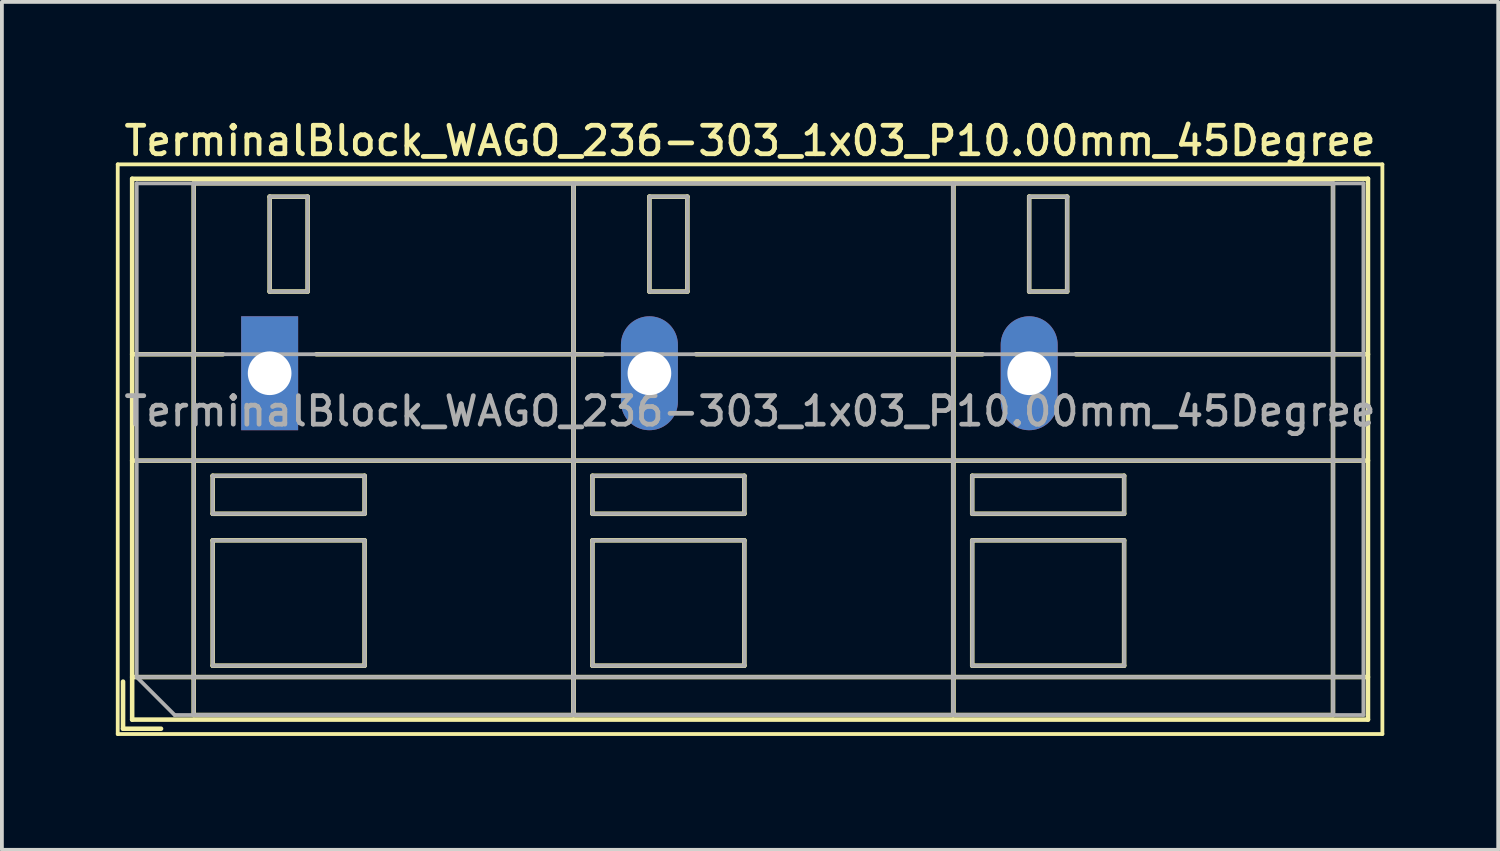
<source format=kicad_pcb>
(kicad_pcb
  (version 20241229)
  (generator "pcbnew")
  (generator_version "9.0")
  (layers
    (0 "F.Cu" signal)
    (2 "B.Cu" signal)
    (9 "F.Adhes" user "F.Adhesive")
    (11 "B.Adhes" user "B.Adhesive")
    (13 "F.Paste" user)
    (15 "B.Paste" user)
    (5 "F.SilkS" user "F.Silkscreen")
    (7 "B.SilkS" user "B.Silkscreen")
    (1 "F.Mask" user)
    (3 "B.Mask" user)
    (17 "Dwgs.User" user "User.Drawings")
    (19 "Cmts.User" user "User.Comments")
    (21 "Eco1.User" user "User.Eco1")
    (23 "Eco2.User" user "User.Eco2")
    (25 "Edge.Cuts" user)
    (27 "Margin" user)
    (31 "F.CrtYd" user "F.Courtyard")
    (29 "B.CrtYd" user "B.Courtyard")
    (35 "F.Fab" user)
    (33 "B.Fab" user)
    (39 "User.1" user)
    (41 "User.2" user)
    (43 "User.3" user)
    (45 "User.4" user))
  (footprint "TerminalBlock_WAGO_236-303_1x03_P10.00mm_45Degree"
    (layer "F.Cu")
    (at 4.05 6.778)
    (property "Reference" "TerminalBlock_WAGO_236-303_1x03_P10.00mm_45Degree" (at 12.65 -6.12 0) (layer "F.SilkS") (effects (font (size 0.75 0.75) (thickness 0.125))))
    (attr through_hole)
    (fp_line (start -4 -5.5) (end -4 9.5) (stroke (width 0.1) (type solid)) (layer "F.SilkS"))
    (fp_line (start -4 9.5) (end 29.3 9.5) (stroke (width 0.1) (type solid)) (layer "F.SilkS"))
    (fp_line (start -3.86 8.12) (end -3.86 9.36) (stroke (width 0.12) (type solid)) (layer "F.SilkS"))
    (fp_line (start -3.86 9.36) (end -2.86 9.36) (stroke (width 0.12) (type solid)) (layer "F.SilkS"))
    (fp_line (start -3.62 -5.12) (end -3.62 9.12) (stroke (width 0.12) (type solid)) (layer "F.SilkS"))
    (fp_line (start -3.62 -5.12) (end 28.92 -5.12) (stroke (width 0.12) (type solid)) (layer "F.SilkS"))
    (fp_line (start -3.62 -0.5) (end -1.23 -0.5) (stroke (width 0.12) (type solid)) (layer "F.SilkS"))
    (fp_line (start -3.62 2.3) (end 28.92 2.3) (stroke (width 0.12) (type solid)) (layer "F.SilkS"))
    (fp_line (start -3.62 8) (end 28.92 8) (stroke (width 0.12) (type solid)) (layer "F.SilkS"))
    (fp_line (start -3.62 9.12) (end 28.92 9.12) (stroke (width 0.12) (type solid)) (layer "F.SilkS"))
    (fp_line (start -2 -5) (end -2 9) (stroke (width 0.12) (type solid)) (layer "F.SilkS"))
    (fp_line (start -2 -5) (end 8 -5) (stroke (width 0.12) (type solid)) (layer "F.SilkS"))
    (fp_line (start -2 9) (end 8 9) (stroke (width 0.12) (type solid)) (layer "F.SilkS"))
    (fp_line (start -1.5 2.7) (end -1.5 3.7) (stroke (width 0.12) (type solid)) (layer "F.SilkS"))
    (fp_line (start -1.5 2.7) (end 2.5 2.7) (stroke (width 0.12) (type solid)) (layer "F.SilkS"))
    (fp_line (start -1.5 3.7) (end 2.5 3.7) (stroke (width 0.12) (type solid)) (layer "F.SilkS"))
    (fp_line (start -1.5 4.4) (end -1.5 7.7) (stroke (width 0.12) (type solid)) (layer "F.SilkS"))
    (fp_line (start -1.5 4.4) (end 2.5 4.4) (stroke (width 0.12) (type solid)) (layer "F.SilkS"))
    (fp_line (start -1.5 7.7) (end 2.5 7.7) (stroke (width 0.12) (type solid)) (layer "F.SilkS"))
    (fp_line (start 0 -4.65) (end 0 -2.151) (stroke (width 0.12) (type solid)) (layer "F.SilkS"))
    (fp_line (start 0 -4.65) (end 1 -4.65) (stroke (width 0.12) (type solid)) (layer "F.SilkS"))
    (fp_line (start 0 -2.151) (end 1 -2.151) (stroke (width 0.12) (type solid)) (layer "F.SilkS"))
    (fp_line (start 1 -4.65) (end 1 -2.151) (stroke (width 0.12) (type solid)) (layer "F.SilkS"))
    (fp_line (start 1.23 -0.5) (end 8.77 -0.5) (stroke (width 0.12) (type solid)) (layer "F.SilkS"))
    (fp_line (start 2.5 2.7) (end 2.5 3.7) (stroke (width 0.12) (type solid)) (layer "F.SilkS"))
    (fp_line (start 2.5 4.4) (end 2.5 7.7) (stroke (width 0.12) (type solid)) (layer "F.SilkS"))
    (fp_line (start 8 -5) (end 8 9) (stroke (width 0.12) (type solid)) (layer "F.SilkS"))
    (fp_line (start 8 -5) (end 8 9) (stroke (width 0.12) (type solid)) (layer "F.SilkS"))
    (fp_line (start 8 -5) (end 18 -5) (stroke (width 0.12) (type solid)) (layer "F.SilkS"))
    (fp_line (start 8 9) (end 18 9) (stroke (width 0.12) (type solid)) (layer "F.SilkS"))
    (fp_line (start 8.5 2.7) (end 8.5 3.7) (stroke (width 0.12) (type solid)) (layer "F.SilkS"))
    (fp_line (start 8.5 2.7) (end 12.5 2.7) (stroke (width 0.12) (type solid)) (layer "F.SilkS"))
    (fp_line (start 8.5 3.7) (end 12.5 3.7) (stroke (width 0.12) (type solid)) (layer "F.SilkS"))
    (fp_line (start 8.5 4.4) (end 8.5 7.7) (stroke (width 0.12) (type solid)) (layer "F.SilkS"))
    (fp_line (start 8.5 4.4) (end 12.5 4.4) (stroke (width 0.12) (type solid)) (layer "F.SilkS"))
    (fp_line (start 8.5 7.7) (end 12.5 7.7) (stroke (width 0.12) (type solid)) (layer "F.SilkS"))
    (fp_line (start 10 -4.65) (end 10 -2.151) (stroke (width 0.12) (type solid)) (layer "F.SilkS"))
    (fp_line (start 10 -4.65) (end 11 -4.65) (stroke (width 0.12) (type solid)) (layer "F.SilkS"))
    (fp_line (start 10 -2.151) (end 11 -2.151) (stroke (width 0.12) (type solid)) (layer "F.SilkS"))
    (fp_line (start 11 -4.65) (end 11 -2.151) (stroke (width 0.12) (type solid)) (layer "F.SilkS"))
    (fp_line (start 11.23 -0.5) (end 18.77 -0.5) (stroke (width 0.12) (type solid)) (layer "F.SilkS"))
    (fp_line (start 12.5 2.7) (end 12.5 3.7) (stroke (width 0.12) (type solid)) (layer "F.SilkS"))
    (fp_line (start 12.5 4.4) (end 12.5 7.7) (stroke (width 0.12) (type solid)) (layer "F.SilkS"))
    (fp_line (start 18 -5) (end 18 9) (stroke (width 0.12) (type solid)) (layer "F.SilkS"))
    (fp_line (start 18 -5) (end 18 9) (stroke (width 0.12) (type solid)) (layer "F.SilkS"))
    (fp_line (start 18 -5) (end 28 -5) (stroke (width 0.12) (type solid)) (layer "F.SilkS"))
    (fp_line (start 18 9) (end 28 9) (stroke (width 0.12) (type solid)) (layer "F.SilkS"))
    (fp_line (start 18.5 2.7) (end 18.5 3.7) (stroke (width 0.12) (type solid)) (layer "F.SilkS"))
    (fp_line (start 18.5 2.7) (end 22.5 2.7) (stroke (width 0.12) (type solid)) (layer "F.SilkS"))
    (fp_line (start 18.5 3.7) (end 22.5 3.7) (stroke (width 0.12) (type solid)) (layer "F.SilkS"))
    (fp_line (start 18.5 4.4) (end 18.5 7.7) (stroke (width 0.12) (type solid)) (layer "F.SilkS"))
    (fp_line (start 18.5 4.4) (end 22.5 4.4) (stroke (width 0.12) (type solid)) (layer "F.SilkS"))
    (fp_line (start 18.5 7.7) (end 22.5 7.7) (stroke (width 0.12) (type solid)) (layer "F.SilkS"))
    (fp_line (start 20 -4.65) (end 20 -2.151) (stroke (width 0.12) (type solid)) (layer "F.SilkS"))
    (fp_line (start 20 -4.65) (end 21 -4.65) (stroke (width 0.12) (type solid)) (layer "F.SilkS"))
    (fp_line (start 20 -2.151) (end 21 -2.151) (stroke (width 0.12) (type solid)) (layer "F.SilkS"))
    (fp_line (start 21 -4.65) (end 21 -2.151) (stroke (width 0.12) (type solid)) (layer "F.SilkS"))
    (fp_line (start 21.23 -0.5) (end 28.92 -0.5) (stroke (width 0.12) (type solid)) (layer "F.SilkS"))
    (fp_line (start 22.5 2.7) (end 22.5 3.7) (stroke (width 0.12) (type solid)) (layer "F.SilkS"))
    (fp_line (start 22.5 4.4) (end 22.5 7.7) (stroke (width 0.12) (type solid)) (layer "F.SilkS"))
    (fp_line (start 28 -5) (end 28 9) (stroke (width 0.12) (type solid)) (layer "F.SilkS"))
    (fp_line (start 28.92 -5.12) (end 28.92 9.12) (stroke (width 0.12) (type solid)) (layer "F.SilkS"))
    (fp_line (start 29.3 -5.5) (end -4 -5.5) (stroke (width 0.1) (type solid)) (layer "F.SilkS"))
    (fp_line (start 29.3 9.5) (end 29.3 -5.5) (stroke (width 0.1) (type solid)) (layer "F.SilkS"))
    (fp_line (start -3.5 -5) (end 28.8 -5) (stroke (width 0.1) (type solid)) (layer "F.Fab"))
    (fp_line (start -3.5 -0.5) (end 28.8 -0.5) (stroke (width 0.1) (type solid)) (layer "F.Fab"))
    (fp_line (start -3.5 2.3) (end 28.8 2.3) (stroke (width 0.1) (type solid)) (layer "F.Fab"))
    (fp_line (start -3.5 8) (end -3.5 -5) (stroke (width 0.1) (type solid)) (layer "F.Fab"))
    (fp_line (start -3.5 8) (end 28.8 8) (stroke (width 0.1) (type solid)) (layer "F.Fab"))
    (fp_line (start -2.5 9) (end -3.5 8) (stroke (width 0.1) (type solid)) (layer "F.Fab"))
    (fp_line (start -2 -5) (end -2 9) (stroke (width 0.1) (type solid)) (layer "F.Fab"))
    (fp_line (start -2 9) (end 8 9) (stroke (width 0.1) (type solid)) (layer "F.Fab"))
    (fp_line (start -1.5 2.7) (end -1.5 3.7) (stroke (width 0.1) (type solid)) (layer "F.Fab"))
    (fp_line (start -1.5 3.7) (end 2.5 3.7) (stroke (width 0.1) (type solid)) (layer "F.Fab"))
    (fp_line (start -1.5 4.4) (end -1.5 7.7) (stroke (width 0.1) (type solid)) (layer "F.Fab"))
    (fp_line (start -1.5 7.7) (end 2.5 7.7) (stroke (width 0.1) (type solid)) (layer "F.Fab"))
    (fp_line (start 0 -4.65) (end 0 -2.15) (stroke (width 0.1) (type solid)) (layer "F.Fab"))
    (fp_line (start 0 -2.15) (end 1 -2.15) (stroke (width 0.1) (type solid)) (layer "F.Fab"))
    (fp_line (start 1 -4.65) (end 0 -4.65) (stroke (width 0.1) (type solid)) (layer "F.Fab"))
    (fp_line (start 1 -2.15) (end 1 -4.65) (stroke (width 0.1) (type solid)) (layer "F.Fab"))
    (fp_line (start 2.5 2.7) (end -1.5 2.7) (stroke (width 0.1) (type solid)) (layer "F.Fab"))
    (fp_line (start 2.5 3.7) (end 2.5 2.7) (stroke (width 0.1) (type solid)) (layer "F.Fab"))
    (fp_line (start 2.5 4.4) (end -1.5 4.4) (stroke (width 0.1) (type solid)) (layer "F.Fab"))
    (fp_line (start 2.5 7.7) (end 2.5 4.4) (stroke (width 0.1) (type solid)) (layer "F.Fab"))
    (fp_line (start 8 -5) (end -2 -5) (stroke (width 0.1) (type solid)) (layer "F.Fab"))
    (fp_line (start 8 -5) (end 8 9) (stroke (width 0.1) (type solid)) (layer "F.Fab"))
    (fp_line (start 8 9) (end 8 -5) (stroke (width 0.1) (type solid)) (layer "F.Fab"))
    (fp_line (start 8 9) (end 18 9) (stroke (width 0.1) (type solid)) (layer "F.Fab"))
    (fp_line (start 8.5 2.7) (end 8.5 3.7) (stroke (width 0.1) (type solid)) (layer "F.Fab"))
    (fp_line (start 8.5 3.7) (end 12.5 3.7) (stroke (width 0.1) (type solid)) (layer "F.Fab"))
    (fp_line (start 8.5 4.4) (end 8.5 7.7) (stroke (width 0.1) (type solid)) (layer "F.Fab"))
    (fp_line (start 8.5 7.7) (end 12.5 7.7) (stroke (width 0.1) (type solid)) (layer "F.Fab"))
    (fp_line (start 10 -4.65) (end 10 -2.15) (stroke (width 0.1) (type solid)) (layer "F.Fab"))
    (fp_line (start 10 -2.15) (end 11 -2.15) (stroke (width 0.1) (type solid)) (layer "F.Fab"))
    (fp_line (start 11 -4.65) (end 10 -4.65) (stroke (width 0.1) (type solid)) (layer "F.Fab"))
    (fp_line (start 11 -2.15) (end 11 -4.65) (stroke (width 0.1) (type solid)) (layer "F.Fab"))
    (fp_line (start 12.5 2.7) (end 8.5 2.7) (stroke (width 0.1) (type solid)) (layer "F.Fab"))
    (fp_line (start 12.5 3.7) (end 12.5 2.7) (stroke (width 0.1) (type solid)) (layer "F.Fab"))
    (fp_line (start 12.5 4.4) (end 8.5 4.4) (stroke (width 0.1) (type solid)) (layer "F.Fab"))
    (fp_line (start 12.5 7.7) (end 12.5 4.4) (stroke (width 0.1) (type solid)) (layer "F.Fab"))
    (fp_line (start 18 -5) (end 8 -5) (stroke (width 0.1) (type solid)) (layer "F.Fab"))
    (fp_line (start 18 -5) (end 18 9) (stroke (width 0.1) (type solid)) (layer "F.Fab"))
    (fp_line (start 18 9) (end 18 -5) (stroke (width 0.1) (type solid)) (layer "F.Fab"))
    (fp_line (start 18 9) (end 28 9) (stroke (width 0.1) (type solid)) (layer "F.Fab"))
    (fp_line (start 18.5 2.7) (end 18.5 3.7) (stroke (width 0.1) (type solid)) (layer "F.Fab"))
    (fp_line (start 18.5 3.7) (end 22.5 3.7) (stroke (width 0.1) (type solid)) (layer "F.Fab"))
    (fp_line (start 18.5 4.4) (end 18.5 7.7) (stroke (width 0.1) (type solid)) (layer "F.Fab"))
    (fp_line (start 18.5 7.7) (end 22.5 7.7) (stroke (width 0.1) (type solid)) (layer "F.Fab"))
    (fp_line (start 20 -4.65) (end 20 -2.15) (stroke (width 0.1) (type solid)) (layer "F.Fab"))
    (fp_line (start 20 -2.15) (end 21 -2.15) (stroke (width 0.1) (type solid)) (layer "F.Fab"))
    (fp_line (start 21 -4.65) (end 20 -4.65) (stroke (width 0.1) (type solid)) (layer "F.Fab"))
    (fp_line (start 21 -2.15) (end 21 -4.65) (stroke (width 0.1) (type solid)) (layer "F.Fab"))
    (fp_line (start 22.5 2.7) (end 18.5 2.7) (stroke (width 0.1) (type solid)) (layer "F.Fab"))
    (fp_line (start 22.5 3.7) (end 22.5 2.7) (stroke (width 0.1) (type solid)) (layer "F.Fab"))
    (fp_line (start 22.5 4.4) (end 18.5 4.4) (stroke (width 0.1) (type solid)) (layer "F.Fab"))
    (fp_line (start 22.5 7.7) (end 22.5 4.4) (stroke (width 0.1) (type solid)) (layer "F.Fab"))
    (fp_line (start 28 -5) (end 18 -5) (stroke (width 0.1) (type solid)) (layer "F.Fab"))
    (fp_line (start 28 9) (end 28 -5) (stroke (width 0.1) (type solid)) (layer "F.Fab"))
    (fp_line (start 28.8 -5) (end 28.8 9) (stroke (width 0.1) (type solid)) (layer "F.Fab"))
    (fp_line (start 28.8 9) (end -2.5 9) (stroke (width 0.1) (type solid)) (layer "F.Fab"))
    (fp_text user "${REFERENCE}" (at 12.65 1 0) (layer "F.Fab") (effects (font (size 0.75 0.75) (thickness 0.125))))
    (pad "1" thru_hole rect (at 0 0) (size 1.5 3) (drill 1.15) (layers "*.Cu" "*.Mask"))
    (pad "2" thru_hole oval (at 10 0) (size 1.5 3) (drill 1.15) (layers "*.Cu" "*.Mask"))
    (pad "3" thru_hole oval (at 20 0) (size 1.5 3) (drill 1.15) (layers "*.Cu" "*.Mask")))
  (gr_rect
    (start -3 -3)
    (end 36.4 19.328)
    (stroke (width 0.1) (type default))
    (fill no)
    (layer "Edge.Cuts")))
</source>
